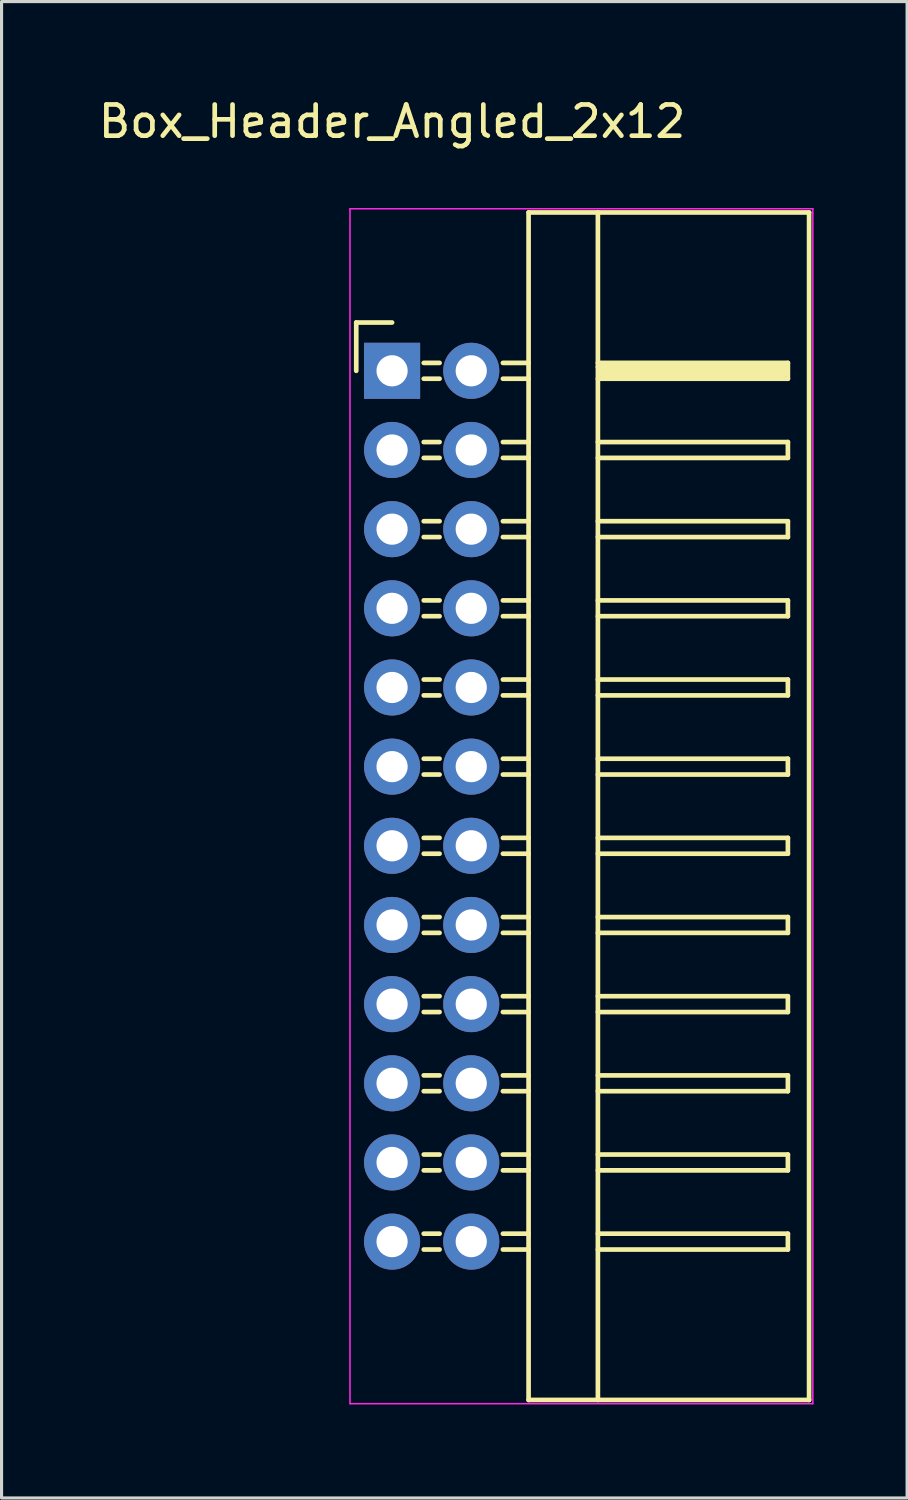
<source format=kicad_pcb>
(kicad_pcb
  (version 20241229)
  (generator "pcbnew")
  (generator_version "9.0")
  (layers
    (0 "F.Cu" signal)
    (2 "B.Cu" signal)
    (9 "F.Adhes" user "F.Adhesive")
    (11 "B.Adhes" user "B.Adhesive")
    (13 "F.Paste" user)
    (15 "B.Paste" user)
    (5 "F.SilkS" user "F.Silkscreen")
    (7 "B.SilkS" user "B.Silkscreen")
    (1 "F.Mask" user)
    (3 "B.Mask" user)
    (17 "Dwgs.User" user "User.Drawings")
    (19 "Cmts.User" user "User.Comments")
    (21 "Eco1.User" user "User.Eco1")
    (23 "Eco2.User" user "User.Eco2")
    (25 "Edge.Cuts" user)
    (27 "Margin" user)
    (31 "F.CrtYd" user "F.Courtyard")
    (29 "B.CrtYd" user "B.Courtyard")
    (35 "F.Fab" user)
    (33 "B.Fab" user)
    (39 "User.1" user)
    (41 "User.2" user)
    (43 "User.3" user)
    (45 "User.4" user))
  (footprint "Box_Header_Angled_2x12"
    (layer "F.Cu")
    (at 9.53 8.848)
    (property "Reference" "Box_Header_Angled_2x12" (at 0 -8 0) (layer "F.SilkS") (effects (font (size 1 1) (thickness 0.15))))
    (attr through_hole)
    (fp_line (start -1.15 -1.55) (end -1.15 0) (stroke (width 0.15) (type solid)) (layer "F.SilkS"))
    (fp_line (start 0 -1.55) (end -1.15 -1.55) (stroke (width 0.15) (type solid)) (layer "F.SilkS"))
    (fp_line (start 1.524 -0.254) (end 1.016 -0.254) (stroke (width 0.15) (type solid)) (layer "F.SilkS"))
    (fp_line (start 1.524 0.254) (end 1.016 0.254) (stroke (width 0.15) (type solid)) (layer "F.SilkS"))
    (fp_line (start 1.524 2.286) (end 1.016 2.286) (stroke (width 0.15) (type solid)) (layer "F.SilkS"))
    (fp_line (start 1.524 2.794) (end 1.016 2.794) (stroke (width 0.15) (type solid)) (layer "F.SilkS"))
    (fp_line (start 1.524 4.826) (end 1.016 4.826) (stroke (width 0.15) (type solid)) (layer "F.SilkS"))
    (fp_line (start 1.524 5.334) (end 1.016 5.334) (stroke (width 0.15) (type solid)) (layer "F.SilkS"))
    (fp_line (start 1.524 7.366) (end 1.016 7.366) (stroke (width 0.15) (type solid)) (layer "F.SilkS"))
    (fp_line (start 1.524 7.874) (end 1.016 7.874) (stroke (width 0.15) (type solid)) (layer "F.SilkS"))
    (fp_line (start 1.524 9.906) (end 1.016 9.906) (stroke (width 0.15) (type solid)) (layer "F.SilkS"))
    (fp_line (start 1.524 10.414) (end 1.016 10.414) (stroke (width 0.15) (type solid)) (layer "F.SilkS"))
    (fp_line (start 1.524 12.446) (end 1.016 12.446) (stroke (width 0.15) (type solid)) (layer "F.SilkS"))
    (fp_line (start 1.524 12.954) (end 1.016 12.954) (stroke (width 0.15) (type solid)) (layer "F.SilkS"))
    (fp_line (start 1.524 14.986) (end 1.016 14.986) (stroke (width 0.15) (type solid)) (layer "F.SilkS"))
    (fp_line (start 1.524 15.494) (end 1.016 15.494) (stroke (width 0.15) (type solid)) (layer "F.SilkS"))
    (fp_line (start 1.524 17.526) (end 1.016 17.526) (stroke (width 0.15) (type solid)) (layer "F.SilkS"))
    (fp_line (start 1.524 18.034) (end 1.016 18.034) (stroke (width 0.15) (type solid)) (layer "F.SilkS"))
    (fp_line (start 1.524 20.066) (end 1.016 20.066) (stroke (width 0.15) (type solid)) (layer "F.SilkS"))
    (fp_line (start 1.524 20.574) (end 1.016 20.574) (stroke (width 0.15) (type solid)) (layer "F.SilkS"))
    (fp_line (start 1.524 22.606) (end 1.016 22.606) (stroke (width 0.15) (type solid)) (layer "F.SilkS"))
    (fp_line (start 1.524 23.114) (end 1.016 23.114) (stroke (width 0.15) (type solid)) (layer "F.SilkS"))
    (fp_line (start 1.524 25.146) (end 1.016 25.146) (stroke (width 0.15) (type solid)) (layer "F.SilkS"))
    (fp_line (start 1.524 25.654) (end 1.016 25.654) (stroke (width 0.15) (type solid)) (layer "F.SilkS"))
    (fp_line (start 1.524 27.686) (end 1.016 27.686) (stroke (width 0.15) (type solid)) (layer "F.SilkS"))
    (fp_line (start 1.524 28.194) (end 1.016 28.194) (stroke (width 0.15) (type solid)) (layer "F.SilkS"))
    (fp_line (start 4.38 -5.08) (end 4.38 33.02) (stroke (width 0.15) (type solid)) (layer "F.SilkS"))
    (fp_line (start 4.38 -5.08) (end 13.38 -5.08) (stroke (width 0.15) (type solid)) (layer "F.SilkS"))
    (fp_line (start 4.38 -0.254) (end 3.556 -0.254) (stroke (width 0.15) (type solid)) (layer "F.SilkS"))
    (fp_line (start 4.38 0.254) (end 3.556 0.254) (stroke (width 0.15) (type solid)) (layer "F.SilkS"))
    (fp_line (start 4.38 2.286) (end 3.556 2.286) (stroke (width 0.15) (type solid)) (layer "F.SilkS"))
    (fp_line (start 4.38 2.794) (end 3.556 2.794) (stroke (width 0.15) (type solid)) (layer "F.SilkS"))
    (fp_line (start 4.38 4.826) (end 3.556 4.826) (stroke (width 0.15) (type solid)) (layer "F.SilkS"))
    (fp_line (start 4.38 5.334) (end 3.556 5.334) (stroke (width 0.15) (type solid)) (layer "F.SilkS"))
    (fp_line (start 4.38 7.366) (end 3.556 7.366) (stroke (width 0.15) (type solid)) (layer "F.SilkS"))
    (fp_line (start 4.38 7.874) (end 3.556 7.874) (stroke (width 0.15) (type solid)) (layer "F.SilkS"))
    (fp_line (start 4.38 9.906) (end 3.556 9.906) (stroke (width 0.15) (type solid)) (layer "F.SilkS"))
    (fp_line (start 4.38 10.414) (end 3.556 10.414) (stroke (width 0.15) (type solid)) (layer "F.SilkS"))
    (fp_line (start 4.38 12.446) (end 3.556 12.446) (stroke (width 0.15) (type solid)) (layer "F.SilkS"))
    (fp_line (start 4.38 12.954) (end 3.556 12.954) (stroke (width 0.15) (type solid)) (layer "F.SilkS"))
    (fp_line (start 4.38 14.986) (end 3.556 14.986) (stroke (width 0.15) (type solid)) (layer "F.SilkS"))
    (fp_line (start 4.38 15.494) (end 3.556 15.494) (stroke (width 0.15) (type solid)) (layer "F.SilkS"))
    (fp_line (start 4.38 17.526) (end 3.556 17.526) (stroke (width 0.15) (type solid)) (layer "F.SilkS"))
    (fp_line (start 4.38 18.034) (end 3.556 18.034) (stroke (width 0.15) (type solid)) (layer "F.SilkS"))
    (fp_line (start 4.38 20.066) (end 3.556 20.066) (stroke (width 0.15) (type solid)) (layer "F.SilkS"))
    (fp_line (start 4.38 20.574) (end 3.556 20.574) (stroke (width 0.15) (type solid)) (layer "F.SilkS"))
    (fp_line (start 4.38 22.606) (end 3.556 22.606) (stroke (width 0.15) (type solid)) (layer "F.SilkS"))
    (fp_line (start 4.38 23.114) (end 3.556 23.114) (stroke (width 0.15) (type solid)) (layer "F.SilkS"))
    (fp_line (start 4.38 25.146) (end 3.556 25.146) (stroke (width 0.15) (type solid)) (layer "F.SilkS"))
    (fp_line (start 4.38 25.654) (end 3.556 25.654) (stroke (width 0.15) (type solid)) (layer "F.SilkS"))
    (fp_line (start 4.38 27.686) (end 3.556 27.686) (stroke (width 0.15) (type solid)) (layer "F.SilkS"))
    (fp_line (start 4.38 28.194) (end 3.556 28.194) (stroke (width 0.15) (type solid)) (layer "F.SilkS"))
    (fp_line (start 4.38 33.02) (end 13.38 33.02) (stroke (width 0.15) (type solid)) (layer "F.SilkS"))
    (fp_line (start 6.604 -5.08) (end 6.604 33.02) (stroke (width 0.15) (type solid)) (layer "F.SilkS"))
    (fp_line (start 6.604 -0.254) (end 12.7 -0.254) (stroke (width 0.15) (type solid)) (layer "F.SilkS"))
    (fp_line (start 6.604 -0.127) (end 12.573 -0.127) (stroke (width 0.15) (type solid)) (layer "F.SilkS"))
    (fp_line (start 6.604 2.286) (end 12.7 2.286) (stroke (width 0.15) (type solid)) (layer "F.SilkS"))
    (fp_line (start 6.604 4.826) (end 12.7 4.826) (stroke (width 0.15) (type solid)) (layer "F.SilkS"))
    (fp_line (start 6.604 7.366) (end 12.7 7.366) (stroke (width 0.15) (type solid)) (layer "F.SilkS"))
    (fp_line (start 6.604 9.906) (end 12.7 9.906) (stroke (width 0.15) (type solid)) (layer "F.SilkS"))
    (fp_line (start 6.604 12.446) (end 12.7 12.446) (stroke (width 0.15) (type solid)) (layer "F.SilkS"))
    (fp_line (start 6.604 14.986) (end 12.7 14.986) (stroke (width 0.15) (type solid)) (layer "F.SilkS"))
    (fp_line (start 6.604 17.526) (end 12.7 17.526) (stroke (width 0.15) (type solid)) (layer "F.SilkS"))
    (fp_line (start 6.604 20.066) (end 12.7 20.066) (stroke (width 0.15) (type solid)) (layer "F.SilkS"))
    (fp_line (start 6.604 22.606) (end 12.7 22.606) (stroke (width 0.15) (type solid)) (layer "F.SilkS"))
    (fp_line (start 6.604 25.146) (end 12.7 25.146) (stroke (width 0.15) (type solid)) (layer "F.SilkS"))
    (fp_line (start 6.604 27.686) (end 12.7 27.686) (stroke (width 0.15) (type solid)) (layer "F.SilkS"))
    (fp_line (start 6.731 0) (end 12.573 0) (stroke (width 0.15) (type solid)) (layer "F.SilkS"))
    (fp_line (start 6.731 0.127) (end 6.731 0) (stroke (width 0.15) (type solid)) (layer "F.SilkS"))
    (fp_line (start 12.573 -0.127) (end 12.573 0.127) (stroke (width 0.15) (type solid)) (layer "F.SilkS"))
    (fp_line (start 12.573 0.127) (end 6.731 0.127) (stroke (width 0.15) (type solid)) (layer "F.SilkS"))
    (fp_line (start 12.7 -0.254) (end 12.7 0.254) (stroke (width 0.15) (type solid)) (layer "F.SilkS"))
    (fp_line (start 12.7 0.254) (end 6.604 0.254) (stroke (width 0.15) (type solid)) (layer "F.SilkS"))
    (fp_line (start 12.7 2.286) (end 12.7 2.794) (stroke (width 0.15) (type solid)) (layer "F.SilkS"))
    (fp_line (start 12.7 2.794) (end 6.604 2.794) (stroke (width 0.15) (type solid)) (layer "F.SilkS"))
    (fp_line (start 12.7 4.826) (end 12.7 5.334) (stroke (width 0.15) (type solid)) (layer "F.SilkS"))
    (fp_line (start 12.7 5.334) (end 6.604 5.334) (stroke (width 0.15) (type solid)) (layer "F.SilkS"))
    (fp_line (start 12.7 7.366) (end 12.7 7.874) (stroke (width 0.15) (type solid)) (layer "F.SilkS"))
    (fp_line (start 12.7 7.874) (end 6.604 7.874) (stroke (width 0.15) (type solid)) (layer "F.SilkS"))
    (fp_line (start 12.7 9.906) (end 12.7 10.414) (stroke (width 0.15) (type solid)) (layer "F.SilkS"))
    (fp_line (start 12.7 10.414) (end 6.604 10.414) (stroke (width 0.15) (type solid)) (layer "F.SilkS"))
    (fp_line (start 12.7 12.446) (end 12.7 12.954) (stroke (width 0.15) (type solid)) (layer "F.SilkS"))
    (fp_line (start 12.7 12.954) (end 6.604 12.954) (stroke (width 0.15) (type solid)) (layer "F.SilkS"))
    (fp_line (start 12.7 14.986) (end 12.7 15.494) (stroke (width 0.15) (type solid)) (layer "F.SilkS"))
    (fp_line (start 12.7 15.494) (end 6.604 15.494) (stroke (width 0.15) (type solid)) (layer "F.SilkS"))
    (fp_line (start 12.7 17.526) (end 12.7 18.034) (stroke (width 0.15) (type solid)) (layer "F.SilkS"))
    (fp_line (start 12.7 18.034) (end 6.604 18.034) (stroke (width 0.15) (type solid)) (layer "F.SilkS"))
    (fp_line (start 12.7 20.066) (end 12.7 20.574) (stroke (width 0.15) (type solid)) (layer "F.SilkS"))
    (fp_line (start 12.7 20.574) (end 6.604 20.574) (stroke (width 0.15) (type solid)) (layer "F.SilkS"))
    (fp_line (start 12.7 22.606) (end 12.7 23.114) (stroke (width 0.15) (type solid)) (layer "F.SilkS"))
    (fp_line (start 12.7 23.114) (end 6.604 23.114) (stroke (width 0.15) (type solid)) (layer "F.SilkS"))
    (fp_line (start 12.7 25.146) (end 12.7 25.654) (stroke (width 0.15) (type solid)) (layer "F.SilkS"))
    (fp_line (start 12.7 25.654) (end 6.604 25.654) (stroke (width 0.15) (type solid)) (layer "F.SilkS"))
    (fp_line (start 12.7 27.686) (end 12.7 28.194) (stroke (width 0.15) (type solid)) (layer "F.SilkS"))
    (fp_line (start 12.7 28.194) (end 6.604 28.194) (stroke (width 0.15) (type solid)) (layer "F.SilkS"))
    (fp_line (start 13.38 -5.08) (end 13.38 33.02) (stroke (width 0.15) (type solid)) (layer "F.SilkS"))
    (fp_line (start -1.35 -5.2) (end -1.35 33.14) (stroke (width 0.05) (type solid)) (layer "F.CrtYd"))
    (fp_line (start -1.35 -5.2) (end 13.5 -5.2) (stroke (width 0.05) (type solid)) (layer "F.CrtYd"))
    (fp_line (start -1.35 33.14) (end 13.5 33.14) (stroke (width 0.05) (type solid)) (layer "F.CrtYd"))
    (fp_line (start 13.5 -5.2) (end 13.5 33.14) (stroke (width 0.05) (type solid)) (layer "F.CrtYd"))
    (pad "1" thru_hole rect (at 0 0) (size 1.8 1.8) (drill 1) (layers "*.Cu" "*.Mask"))
    (pad "2" thru_hole oval (at 2.54 0) (size 1.8 1.8) (drill 1) (layers "*.Cu" "*.Mask"))
    (pad "3" thru_hole oval (at 0 2.54) (size 1.8 1.8) (drill 1) (layers "*.Cu" "*.Mask"))
    (pad "4" thru_hole oval (at 2.54 2.54) (size 1.8 1.8) (drill 1) (layers "*.Cu" "*.Mask"))
    (pad "5" thru_hole oval (at 0 5.08) (size 1.8 1.8) (drill 1) (layers "*.Cu" "*.Mask"))
    (pad "6" thru_hole oval (at 2.54 5.08) (size 1.8 1.8) (drill 1) (layers "*.Cu" "*.Mask"))
    (pad "7" thru_hole oval (at 0 7.62) (size 1.8 1.8) (drill 1) (layers "*.Cu" "*.Mask"))
    (pad "8" thru_hole oval (at 2.54 7.62) (size 1.8 1.8) (drill 1) (layers "*.Cu" "*.Mask"))
    (pad "9" thru_hole oval (at 0 10.16) (size 1.8 1.8) (drill 1) (layers "*.Cu" "*.Mask"))
    (pad "10" thru_hole oval (at 2.54 10.16) (size 1.8 1.8) (drill 1) (layers "*.Cu" "*.Mask"))
    (pad "11" thru_hole oval (at 0 12.7) (size 1.8 1.8) (drill 1) (layers "*.Cu" "*.Mask"))
    (pad "12" thru_hole oval (at 2.54 12.7) (size 1.8 1.8) (drill 1) (layers "*.Cu" "*.Mask"))
    (pad "13" thru_hole oval (at 0 15.24) (size 1.8 1.8) (drill 1) (layers "*.Cu" "*.Mask"))
    (pad "14" thru_hole oval (at 2.54 15.24) (size 1.8 1.8) (drill 1) (layers "*.Cu" "*.Mask"))
    (pad "15" thru_hole oval (at 0 17.78) (size 1.8 1.8) (drill 1) (layers "*.Cu" "*.Mask"))
    (pad "16" thru_hole oval (at 2.54 17.78) (size 1.8 1.8) (drill 1) (layers "*.Cu" "*.Mask"))
    (pad "17" thru_hole oval (at 0 20.32) (size 1.8 1.8) (drill 1) (layers "*.Cu" "*.Mask"))
    (pad "18" thru_hole oval (at 2.54 20.32) (size 1.8 1.8) (drill 1) (layers "*.Cu" "*.Mask"))
    (pad "19" thru_hole oval (at 0 22.86) (size 1.8 1.8) (drill 1) (layers "*.Cu" "*.Mask"))
    (pad "20" thru_hole oval (at 2.54 22.86) (size 1.8 1.8) (drill 1) (layers "*.Cu" "*.Mask"))
    (pad "21" thru_hole oval (at 0 25.4) (size 1.8 1.8) (drill 1) (layers "*.Cu" "*.Mask"))
    (pad "22" thru_hole oval (at 2.54 25.4) (size 1.8 1.8) (drill 1) (layers "*.Cu" "*.Mask"))
    (pad "23" thru_hole oval (at 0 27.94) (size 1.8 1.8) (drill 1) (layers "*.Cu" "*.Mask"))
    (pad "24" thru_hole oval (at 2.54 27.94) (size 1.8 1.8) (drill 1) (layers "*.Cu" "*.Mask")))
  (gr_rect
    (start -3 -3)
    (end 26.055 45.013)
    (stroke (width 0.1) (type default))
    (fill no)
    (layer "Edge.Cuts")))
</source>
